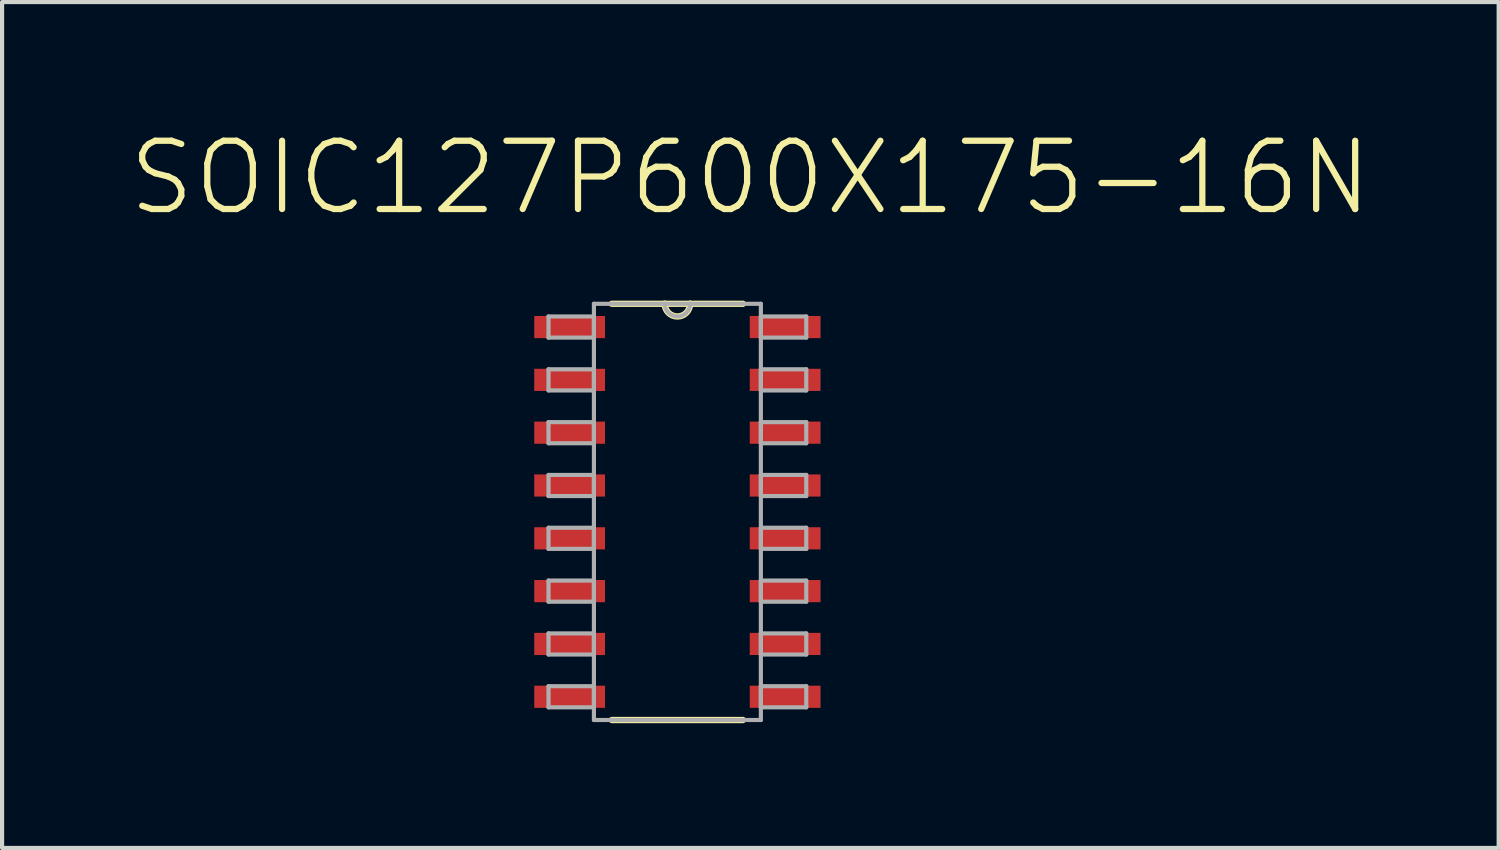
<source format=kicad_pcb>
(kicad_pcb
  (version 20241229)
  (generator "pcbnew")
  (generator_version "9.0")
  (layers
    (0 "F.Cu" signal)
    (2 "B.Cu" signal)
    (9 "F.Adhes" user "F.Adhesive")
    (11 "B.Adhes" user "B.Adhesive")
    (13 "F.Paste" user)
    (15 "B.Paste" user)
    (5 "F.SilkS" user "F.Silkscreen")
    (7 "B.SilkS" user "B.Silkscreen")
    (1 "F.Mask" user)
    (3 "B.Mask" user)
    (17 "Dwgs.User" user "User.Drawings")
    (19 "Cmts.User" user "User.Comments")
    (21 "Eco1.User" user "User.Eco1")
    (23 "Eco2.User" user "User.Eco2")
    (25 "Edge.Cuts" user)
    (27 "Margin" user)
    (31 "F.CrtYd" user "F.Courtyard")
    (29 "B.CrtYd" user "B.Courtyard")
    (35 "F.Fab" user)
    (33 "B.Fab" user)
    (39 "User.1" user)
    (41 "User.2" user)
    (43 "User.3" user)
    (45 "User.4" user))
  (footprint "SOIC127P600X175-16N"
    (layer "F.Cu")
    (at 13.238 9.259)
    (property "Reference" "SOIC127P600X175-16N" (at 1.754 -8.035 0) (layer "F.SilkS") (effects (font (size 1.642 1.642) (thickness 0.15))))
    (attr smd)
    (fp_line (start -1.575 5.004) (end 1.575 5.004) (stroke (width 0.152) (type solid)) (layer "F.SilkS"))
    (fp_line (start -0.305 -5.004) (end -1.575 -5.004) (stroke (width 0.152) (type solid)) (layer "F.SilkS"))
    (fp_line (start 0.305 -5.004) (end -0.305 -5.004) (stroke (width 0.152) (type solid)) (layer "F.SilkS"))
    (fp_line (start 1.575 -5.004) (end 0.305 -5.004) (stroke (width 0.152) (type solid)) (layer "F.SilkS"))
    (fp_arc (start 0.3048 -5.0038) (mid 0 -4.699) (end -0.3048 -5.0038) (stroke (width 0.1524) (type solid)) (layer "F.SilkS"))
    (fp_line (start -3.099 -4.699) (end -3.099 -4.191) (stroke (width 0.1) (type solid)) (layer "F.Fab"))
    (fp_line (start -3.099 -4.191) (end -2.007 -4.191) (stroke (width 0.1) (type solid)) (layer "F.Fab"))
    (fp_line (start -3.099 -3.429) (end -3.099 -2.921) (stroke (width 0.1) (type solid)) (layer "F.Fab"))
    (fp_line (start -3.099 -2.921) (end -2.007 -2.921) (stroke (width 0.1) (type solid)) (layer "F.Fab"))
    (fp_line (start -3.099 -2.159) (end -3.099 -1.651) (stroke (width 0.1) (type solid)) (layer "F.Fab"))
    (fp_line (start -3.099 -1.651) (end -2.007 -1.651) (stroke (width 0.1) (type solid)) (layer "F.Fab"))
    (fp_line (start -3.099 -0.889) (end -3.099 -0.381) (stroke (width 0.1) (type solid)) (layer "F.Fab"))
    (fp_line (start -3.099 -0.381) (end -2.007 -0.381) (stroke (width 0.1) (type solid)) (layer "F.Fab"))
    (fp_line (start -3.099 0.381) (end -3.099 0.889) (stroke (width 0.1) (type solid)) (layer "F.Fab"))
    (fp_line (start -3.099 0.889) (end -2.007 0.889) (stroke (width 0.1) (type solid)) (layer "F.Fab"))
    (fp_line (start -3.099 1.651) (end -3.099 2.159) (stroke (width 0.1) (type solid)) (layer "F.Fab"))
    (fp_line (start -3.099 2.159) (end -2.007 2.159) (stroke (width 0.1) (type solid)) (layer "F.Fab"))
    (fp_line (start -3.099 2.921) (end -3.099 3.429) (stroke (width 0.1) (type solid)) (layer "F.Fab"))
    (fp_line (start -3.099 3.429) (end -2.007 3.429) (stroke (width 0.1) (type solid)) (layer "F.Fab"))
    (fp_line (start -3.099 4.191) (end -3.099 4.699) (stroke (width 0.1) (type solid)) (layer "F.Fab"))
    (fp_line (start -3.099 4.699) (end -2.007 4.699) (stroke (width 0.1) (type solid)) (layer "F.Fab"))
    (fp_line (start -2.007 -5.004) (end -2.007 5.004) (stroke (width 0.1) (type solid)) (layer "F.Fab"))
    (fp_line (start -2.007 -4.699) (end -3.099 -4.699) (stroke (width 0.1) (type solid)) (layer "F.Fab"))
    (fp_line (start -2.007 -4.191) (end -2.007 -4.699) (stroke (width 0.1) (type solid)) (layer "F.Fab"))
    (fp_line (start -2.007 -3.429) (end -3.099 -3.429) (stroke (width 0.1) (type solid)) (layer "F.Fab"))
    (fp_line (start -2.007 -2.921) (end -2.007 -3.429) (stroke (width 0.1) (type solid)) (layer "F.Fab"))
    (fp_line (start -2.007 -2.159) (end -3.099 -2.159) (stroke (width 0.1) (type solid)) (layer "F.Fab"))
    (fp_line (start -2.007 -1.651) (end -2.007 -2.159) (stroke (width 0.1) (type solid)) (layer "F.Fab"))
    (fp_line (start -2.007 -0.889) (end -3.099 -0.889) (stroke (width 0.1) (type solid)) (layer "F.Fab"))
    (fp_line (start -2.007 -0.381) (end -2.007 -0.889) (stroke (width 0.1) (type solid)) (layer "F.Fab"))
    (fp_line (start -2.007 0.381) (end -3.099 0.381) (stroke (width 0.1) (type solid)) (layer "F.Fab"))
    (fp_line (start -2.007 0.889) (end -2.007 0.381) (stroke (width 0.1) (type solid)) (layer "F.Fab"))
    (fp_line (start -2.007 1.651) (end -3.099 1.651) (stroke (width 0.1) (type solid)) (layer "F.Fab"))
    (fp_line (start -2.007 2.159) (end -2.007 1.651) (stroke (width 0.1) (type solid)) (layer "F.Fab"))
    (fp_line (start -2.007 2.921) (end -3.099 2.921) (stroke (width 0.1) (type solid)) (layer "F.Fab"))
    (fp_line (start -2.007 3.429) (end -2.007 2.921) (stroke (width 0.1) (type solid)) (layer "F.Fab"))
    (fp_line (start -2.007 4.191) (end -3.099 4.191) (stroke (width 0.1) (type solid)) (layer "F.Fab"))
    (fp_line (start -2.007 4.699) (end -2.007 4.191) (stroke (width 0.1) (type solid)) (layer "F.Fab"))
    (fp_line (start -2.007 5.004) (end 2.007 5.004) (stroke (width 0.1) (type solid)) (layer "F.Fab"))
    (fp_line (start -0.305 -5.004) (end -2.007 -5.004) (stroke (width 0.1) (type solid)) (layer "F.Fab"))
    (fp_line (start 0.305 -5.004) (end -0.305 -5.004) (stroke (width 0.1) (type solid)) (layer "F.Fab"))
    (fp_line (start 2.007 -5.004) (end 0.305 -5.004) (stroke (width 0.1) (type solid)) (layer "F.Fab"))
    (fp_line (start 2.007 -4.699) (end 2.007 -4.191) (stroke (width 0.1) (type solid)) (layer "F.Fab"))
    (fp_line (start 2.007 -4.191) (end 3.099 -4.191) (stroke (width 0.1) (type solid)) (layer "F.Fab"))
    (fp_line (start 2.007 -3.429) (end 2.007 -2.921) (stroke (width 0.1) (type solid)) (layer "F.Fab"))
    (fp_line (start 2.007 -2.921) (end 3.099 -2.921) (stroke (width 0.1) (type solid)) (layer "F.Fab"))
    (fp_line (start 2.007 -2.159) (end 2.007 -1.651) (stroke (width 0.1) (type solid)) (layer "F.Fab"))
    (fp_line (start 2.007 -1.651) (end 3.099 -1.651) (stroke (width 0.1) (type solid)) (layer "F.Fab"))
    (fp_line (start 2.007 -0.889) (end 2.007 -0.381) (stroke (width 0.1) (type solid)) (layer "F.Fab"))
    (fp_line (start 2.007 -0.381) (end 3.099 -0.381) (stroke (width 0.1) (type solid)) (layer "F.Fab"))
    (fp_line (start 2.007 0.381) (end 2.007 0.889) (stroke (width 0.1) (type solid)) (layer "F.Fab"))
    (fp_line (start 2.007 0.889) (end 3.099 0.889) (stroke (width 0.1) (type solid)) (layer "F.Fab"))
    (fp_line (start 2.007 1.651) (end 2.007 2.159) (stroke (width 0.1) (type solid)) (layer "F.Fab"))
    (fp_line (start 2.007 2.159) (end 3.099 2.159) (stroke (width 0.1) (type solid)) (layer "F.Fab"))
    (fp_line (start 2.007 2.921) (end 2.007 3.429) (stroke (width 0.1) (type solid)) (layer "F.Fab"))
    (fp_line (start 2.007 3.429) (end 3.099 3.429) (stroke (width 0.1) (type solid)) (layer "F.Fab"))
    (fp_line (start 2.007 4.191) (end 2.007 4.699) (stroke (width 0.1) (type solid)) (layer "F.Fab"))
    (fp_line (start 2.007 4.699) (end 3.099 4.699) (stroke (width 0.1) (type solid)) (layer "F.Fab"))
    (fp_line (start 2.007 5.004) (end 2.007 -5.004) (stroke (width 0.1) (type solid)) (layer "F.Fab"))
    (fp_line (start 3.099 -4.699) (end 2.007 -4.699) (stroke (width 0.1) (type solid)) (layer "F.Fab"))
    (fp_line (start 3.099 -4.191) (end 3.099 -4.699) (stroke (width 0.1) (type solid)) (layer "F.Fab"))
    (fp_line (start 3.099 -3.429) (end 2.007 -3.429) (stroke (width 0.1) (type solid)) (layer "F.Fab"))
    (fp_line (start 3.099 -2.921) (end 3.099 -3.429) (stroke (width 0.1) (type solid)) (layer "F.Fab"))
    (fp_line (start 3.099 -2.159) (end 2.007 -2.159) (stroke (width 0.1) (type solid)) (layer "F.Fab"))
    (fp_line (start 3.099 -1.651) (end 3.099 -2.159) (stroke (width 0.1) (type solid)) (layer "F.Fab"))
    (fp_line (start 3.099 -0.889) (end 2.007 -0.889) (stroke (width 0.1) (type solid)) (layer "F.Fab"))
    (fp_line (start 3.099 -0.381) (end 3.099 -0.889) (stroke (width 0.1) (type solid)) (layer "F.Fab"))
    (fp_line (start 3.099 0.381) (end 2.007 0.381) (stroke (width 0.1) (type solid)) (layer "F.Fab"))
    (fp_line (start 3.099 0.889) (end 3.099 0.381) (stroke (width 0.1) (type solid)) (layer "F.Fab"))
    (fp_line (start 3.099 1.651) (end 2.007 1.651) (stroke (width 0.1) (type solid)) (layer "F.Fab"))
    (fp_line (start 3.099 2.159) (end 3.099 1.651) (stroke (width 0.1) (type solid)) (layer "F.Fab"))
    (fp_line (start 3.099 2.921) (end 2.007 2.921) (stroke (width 0.1) (type solid)) (layer "F.Fab"))
    (fp_line (start 3.099 3.429) (end 3.099 2.921) (stroke (width 0.1) (type solid)) (layer "F.Fab"))
    (fp_line (start 3.099 4.191) (end 2.007 4.191) (stroke (width 0.1) (type solid)) (layer "F.Fab"))
    (fp_line (start 3.099 4.699) (end 3.099 4.191) (stroke (width 0.1) (type solid)) (layer "F.Fab"))
    (fp_arc (start 0.3048 -5.0038) (mid 0 -4.699) (end -0.3048 -5.0038) (stroke (width 0.1) (type solid)) (layer "F.Fab"))
    (pad "1" smd rect (at -2.591 -4.445) (size 1.702 0.533) (layers "F.Cu" "F.Mask" "F.Paste"))
    (pad "2" smd rect (at -2.591 -3.175) (size 1.702 0.533) (layers "F.Cu" "F.Mask" "F.Paste"))
    (pad "3" smd rect (at -2.591 -1.905) (size 1.702 0.533) (layers "F.Cu" "F.Mask" "F.Paste"))
    (pad "4" smd rect (at -2.591 -0.635) (size 1.702 0.533) (layers "F.Cu" "F.Mask" "F.Paste"))
    (pad "5" smd rect (at -2.591 0.635) (size 1.702 0.533) (layers "F.Cu" "F.Mask" "F.Paste"))
    (pad "6" smd rect (at -2.591 1.905) (size 1.702 0.533) (layers "F.Cu" "F.Mask" "F.Paste"))
    (pad "7" smd rect (at -2.591 3.175) (size 1.702 0.533) (layers "F.Cu" "F.Mask" "F.Paste"))
    (pad "8" smd rect (at -2.591 4.445) (size 1.702 0.533) (layers "F.Cu" "F.Mask" "F.Paste"))
    (pad "9" smd rect (at 2.591 4.445) (size 1.702 0.533) (layers "F.Cu" "F.Mask" "F.Paste"))
    (pad "10" smd rect (at 2.591 3.175) (size 1.702 0.533) (layers "F.Cu" "F.Mask" "F.Paste"))
    (pad "11" smd rect (at 2.591 1.905) (size 1.702 0.533) (layers "F.Cu" "F.Mask" "F.Paste"))
    (pad "12" smd rect (at 2.591 0.635) (size 1.702 0.533) (layers "F.Cu" "F.Mask" "F.Paste"))
    (pad "13" smd rect (at 2.591 -0.635) (size 1.702 0.533) (layers "F.Cu" "F.Mask" "F.Paste"))
    (pad "14" smd rect (at 2.591 -1.905) (size 1.702 0.533) (layers "F.Cu" "F.Mask" "F.Paste"))
    (pad "15" smd rect (at 2.591 -3.175) (size 1.702 0.533) (layers "F.Cu" "F.Mask" "F.Paste"))
    (pad "16" smd rect (at 2.591 -4.445) (size 1.702 0.533) (layers "F.Cu" "F.Mask" "F.Paste")))
  (gr_rect
    (start -3 -3)
    (end 32.986 17.339)
    (stroke (width 0.1) (type default))
    (fill no)
    (layer "Edge.Cuts")))
</source>
